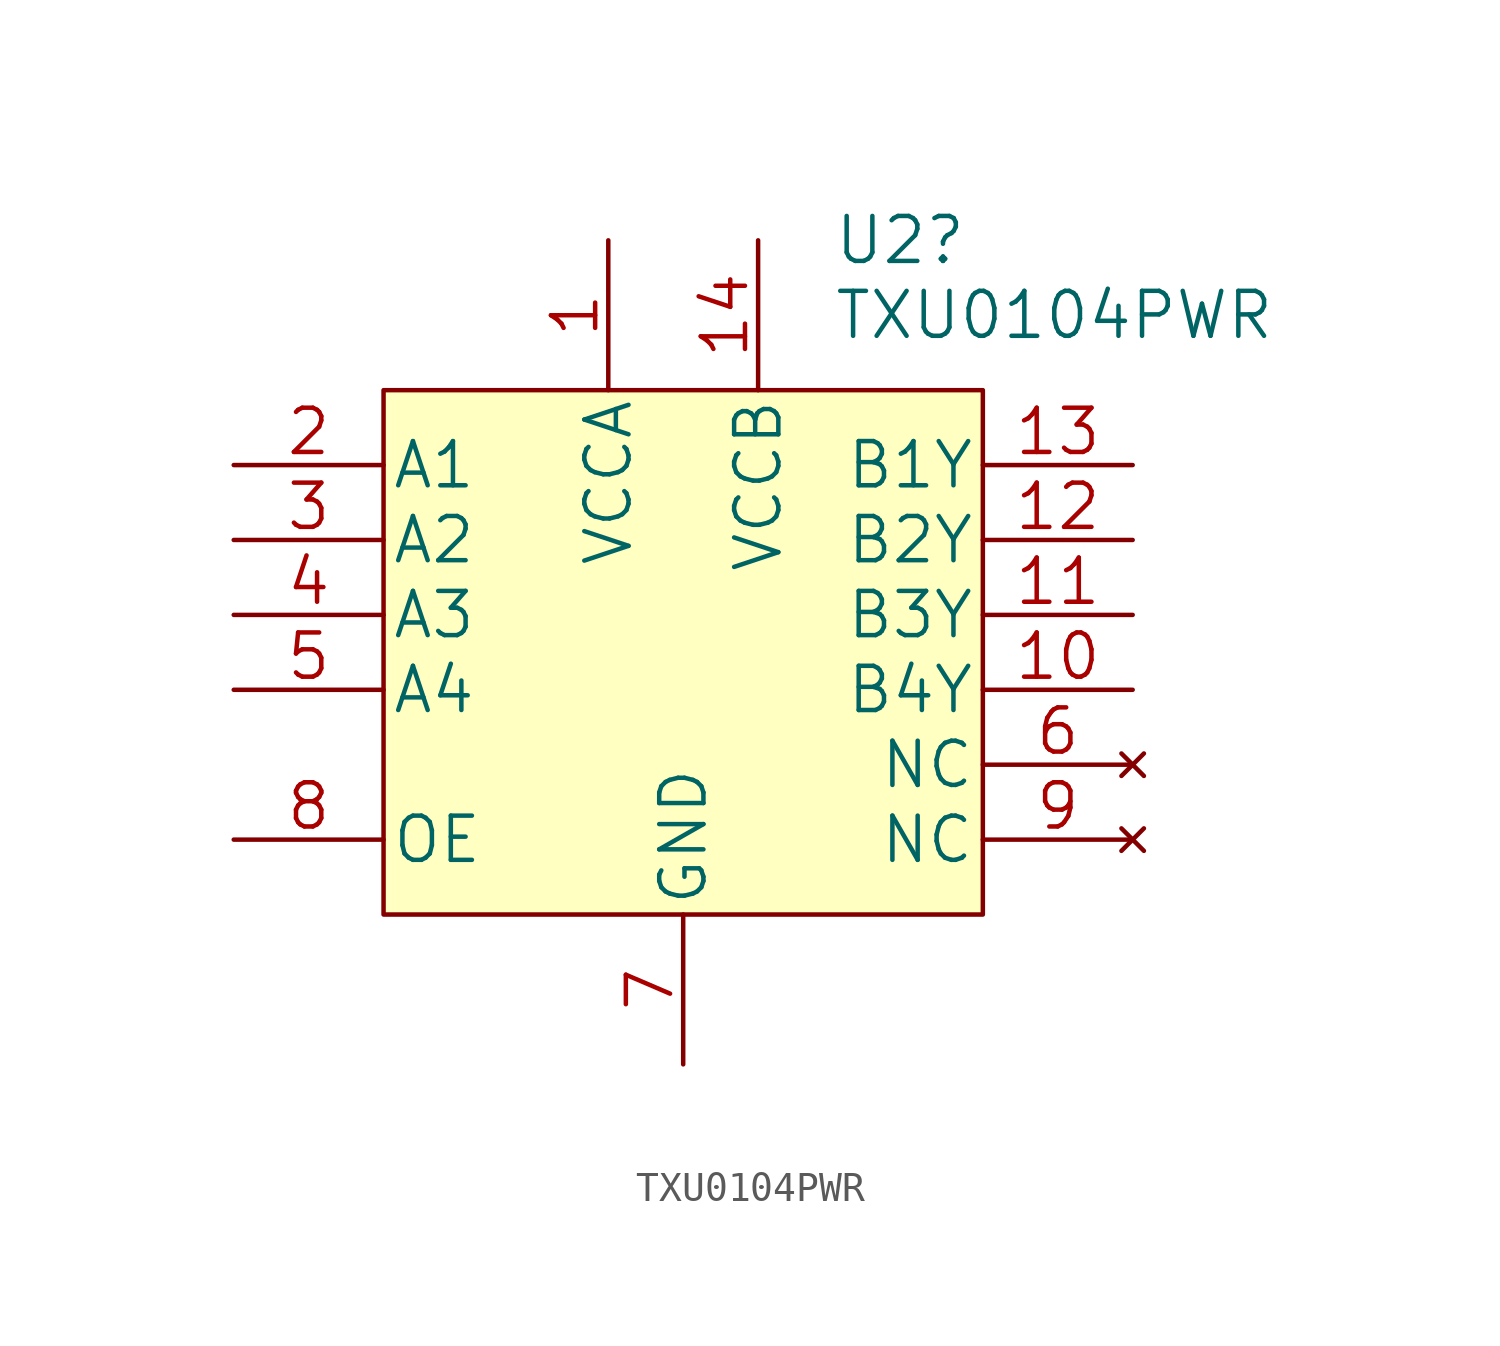
<source format=kicad_sym>
(kicad_symbol_lib
  (version 20231120)
  (generator "kicad_symbol_editor")
  (generator_version "8.0")
  (symbol "TXU0104PWR"
    (pin_names
      (offset 0.254))
    (property "Reference" "U2"
      (at 5.08 12.7 0)
      (effects (font (size 1.524 1.524)) (justify left)))
    (property "Value" "TXU0104PWR"
      (at 5.08 10.16 0)
      (effects (font (size 1.524 1.524)) (justify left)))
    (symbol "TXU0104PWR_1_1"
      (rectangle (start -10.16 7.62) (end 10.16 -10.16) (stroke (width 0) (type default)) (fill (type background)))
      (pin power_in line (at -2.54 12.7 270) (length 5.08) (name "VCCA" (effects (font (size 1.499 1.499)))) (number "1" (effects (font (size 1.499 1.499)))))
      (pin tri_state line (at 15.24 -2.54 180) (length 5.08) (name "B4Y" (effects (font (size 1.499 1.499)))) (number "10" (effects (font (size 1.499 1.499)))))
      (pin tri_state line (at 15.24 0 180) (length 5.08) (name "B3Y" (effects (font (size 1.499 1.499)))) (number "11" (effects (font (size 1.499 1.499)))))
      (pin tri_state line (at 15.24 2.54 180) (length 5.08) (name "B2Y" (effects (font (size 1.499 1.499)))) (number "12" (effects (font (size 1.499 1.499)))))
      (pin tri_state line (at 15.24 5.08 180) (length 5.08) (name "B1Y" (effects (font (size 1.499 1.499)))) (number "13" (effects (font (size 1.499 1.499)))))
      (pin power_in line (at 2.54 12.7 270) (length 5.08) (name "VCCB" (effects (font (size 1.499 1.499)))) (number "14" (effects (font (size 1.499 1.499)))))
      (pin input line (at -15.24 5.08 0) (length 5.08) (name "A1" (effects (font (size 1.499 1.499)))) (number "2" (effects (font (size 1.499 1.499)))))
      (pin input line (at -15.24 2.54 0) (length 5.08) (name "A2" (effects (font (size 1.499 1.499)))) (number "3" (effects (font (size 1.499 1.499)))))
      (pin input line (at -15.24 0 0) (length 5.08) (name "A3" (effects (font (size 1.499 1.499)))) (number "4" (effects (font (size 1.499 1.499)))))
      (pin input line (at -15.24 -2.54 0) (length 5.08) (name "A4" (effects (font (size 1.499 1.499)))) (number "5" (effects (font (size 1.499 1.499)))))
      (pin no_connect line (at 15.24 -5.08 180) (length 5.08) (name "NC" (effects (font (size 1.499 1.499)))) (number "6" (effects (font (size 1.499 1.499)))))
      (pin power_in line (at 0 -15.24 90) (length 5.08) (name "GND" (effects (font (size 1.499 1.499)))) (number "7" (effects (font (size 1.499 1.499)))))
      (pin input line (at -15.24 -7.62 0) (length 5.08) (name "OE" (effects (font (size 1.499 1.499)))) (number "8" (effects (font (size 1.499 1.499)))))
      (pin no_connect line (at 15.24 -7.62 180) (length 5.08) (name "NC" (effects (font (size 1.499 1.499)))) (number "9" (effects (font (size 1.499 1.499))))))))
</source>
